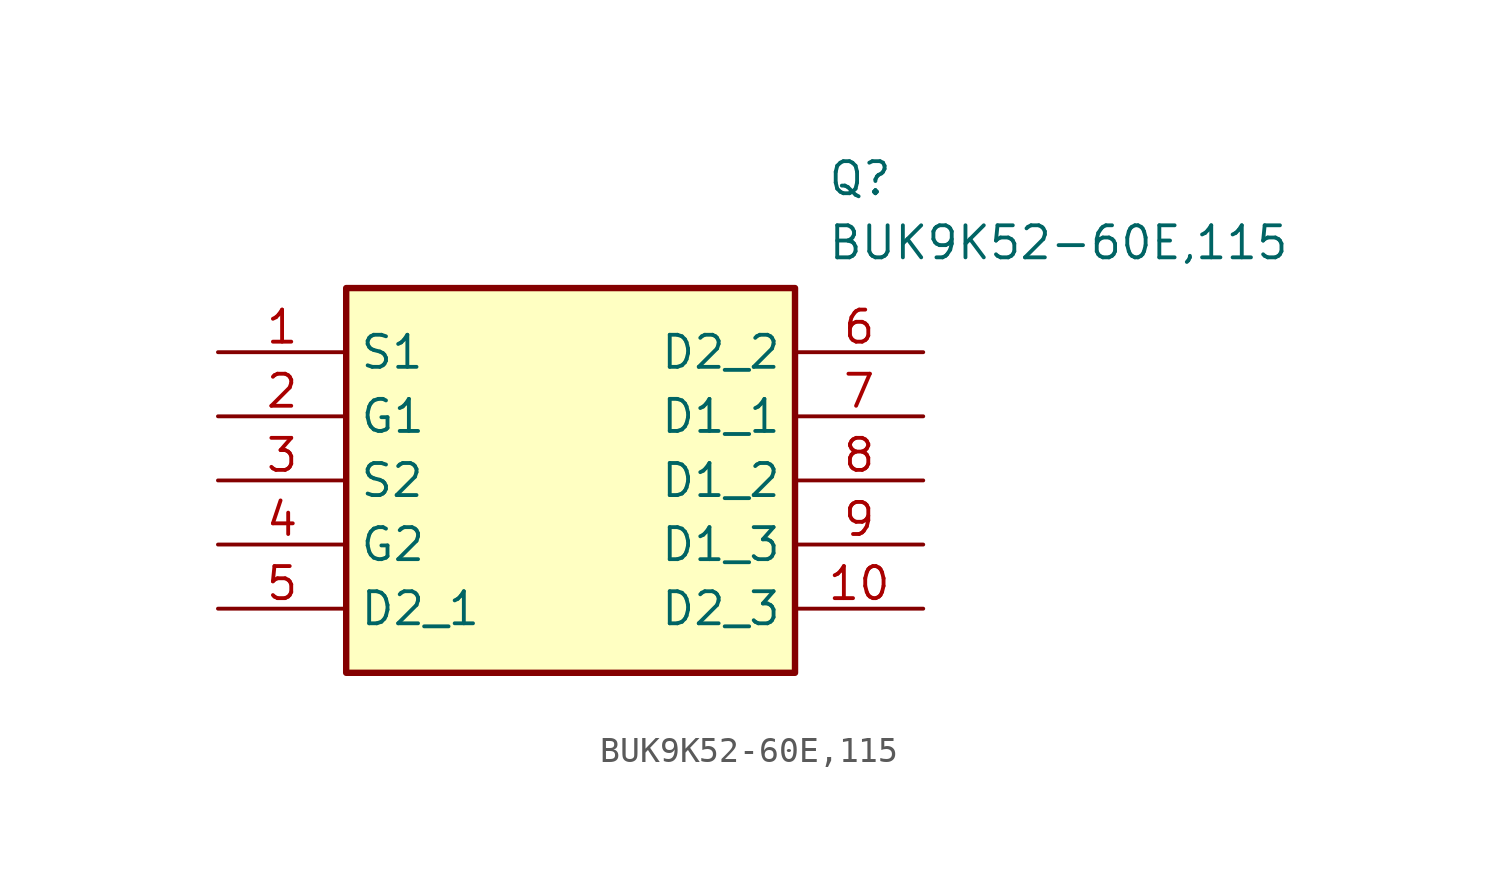
<source format=kicad_sym>
(kicad_symbol_lib
  (version 20211014)
  (generator SamacSys_ECAD_Model)
  (symbol "BUK9K52-60E,115"
    (property "Reference" "Q"
      (at 24.13 7.62 0)
      (effects (font (size 1.27 1.27)) (justify left top)))
    (property "Value" "BUK9K52-60E,115"
      (at 24.13 5.08 0)
      (effects (font (size 1.27 1.27)) (justify left top)))
    (rectangle
      (start 5.08 2.54)
      (end 22.86 -12.7)
      (stroke (width 0.254) (type default))
      (fill (type background)))
    (pin passive line
      (at 0 0 0)
      (length 5.08)
      (name "S1" (effects (font (size 1.27 1.27))))
      (number "1" (effects (font (size 1.27 1.27)))))
    (pin passive line
      (at 0 -2.54 0)
      (length 5.08)
      (name "G1" (effects (font (size 1.27 1.27))))
      (number "2" (effects (font (size 1.27 1.27)))))
    (pin passive line
      (at 0 -5.08 0)
      (length 5.08)
      (name "S2" (effects (font (size 1.27 1.27))))
      (number "3" (effects (font (size 1.27 1.27)))))
    (pin passive line
      (at 0 -7.62 0)
      (length 5.08)
      (name "G2" (effects (font (size 1.27 1.27))))
      (number "4" (effects (font (size 1.27 1.27)))))
    (pin passive line
      (at 0 -10.16 0)
      (length 5.08)
      (name "D2_1" (effects (font (size 1.27 1.27))))
      (number "5" (effects (font (size 1.27 1.27)))))
    (pin passive line
      (at 27.94 0 180)
      (length 5.08)
      (name "D2_2" (effects (font (size 1.27 1.27))))
      (number "6" (effects (font (size 1.27 1.27)))))
    (pin passive line
      (at 27.94 -2.54 180)
      (length 5.08)
      (name "D1_1" (effects (font (size 1.27 1.27))))
      (number "7" (effects (font (size 1.27 1.27)))))
    (pin passive line
      (at 27.94 -5.08 180)
      (length 5.08)
      (name "D1_2" (effects (font (size 1.27 1.27))))
      (number "8" (effects (font (size 1.27 1.27)))))
    (pin passive line
      (at 27.94 -7.62 180)
      (length 5.08)
      (name "D1_3" (effects (font (size 1.27 1.27))))
      (number "9" (effects (font (size 1.27 1.27)))))
    (pin passive line
      (at 27.94 -10.16 180)
      (length 5.08)
      (name "D2_3" (effects (font (size 1.27 1.27))))
      (number "10" (effects (font (size 1.27 1.27)))))))
</source>
